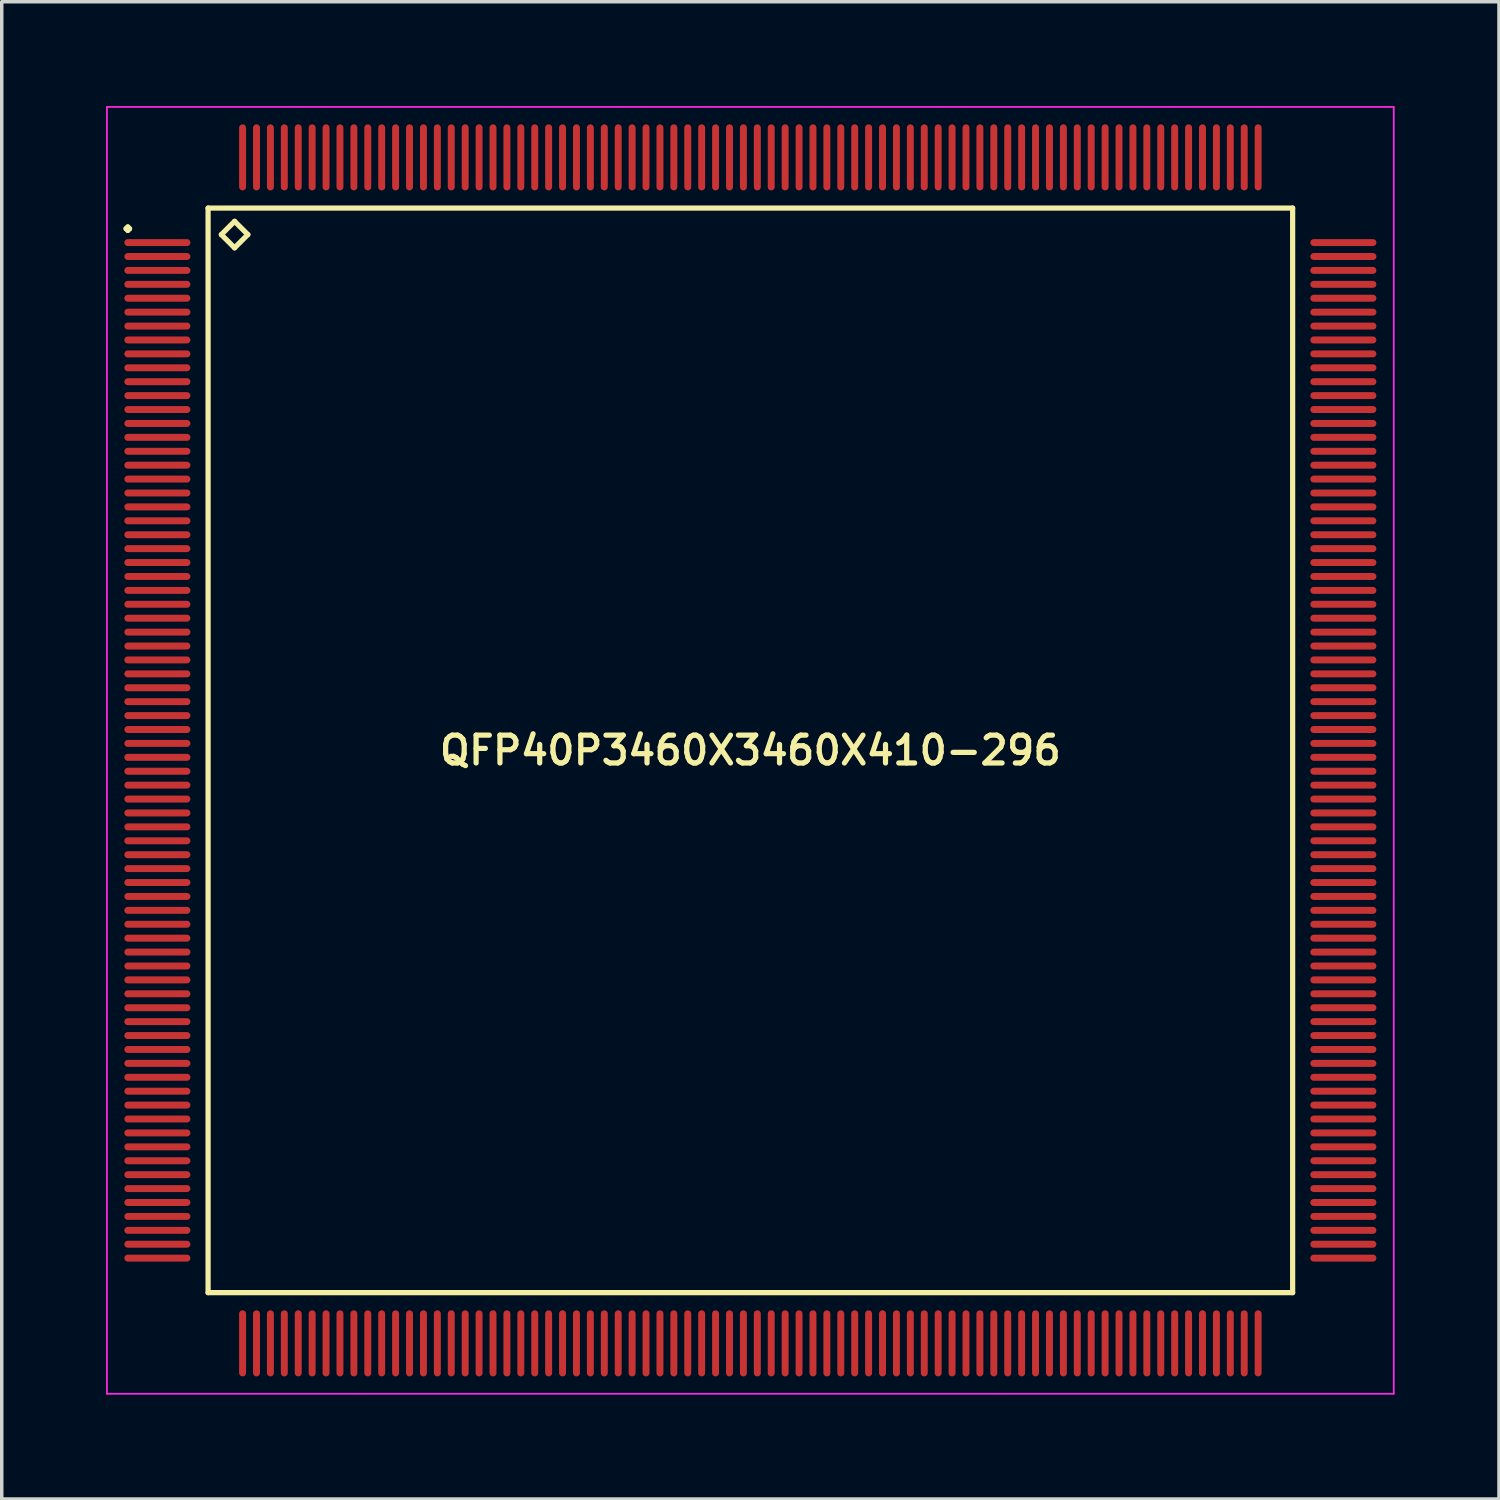
<source format=kicad_pcb>
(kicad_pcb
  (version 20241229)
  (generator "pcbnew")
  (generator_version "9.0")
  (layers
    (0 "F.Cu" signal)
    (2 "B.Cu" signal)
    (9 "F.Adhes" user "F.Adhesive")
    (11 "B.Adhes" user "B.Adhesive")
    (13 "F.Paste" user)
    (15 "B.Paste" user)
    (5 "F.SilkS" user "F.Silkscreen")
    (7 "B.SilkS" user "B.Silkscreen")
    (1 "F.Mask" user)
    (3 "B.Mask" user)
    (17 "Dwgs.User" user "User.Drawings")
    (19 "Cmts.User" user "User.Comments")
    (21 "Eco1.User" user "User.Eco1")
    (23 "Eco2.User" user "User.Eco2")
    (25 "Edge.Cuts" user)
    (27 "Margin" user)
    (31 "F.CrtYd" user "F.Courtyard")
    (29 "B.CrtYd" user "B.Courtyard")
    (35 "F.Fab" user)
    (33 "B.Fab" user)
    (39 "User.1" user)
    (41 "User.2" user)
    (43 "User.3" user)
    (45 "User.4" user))
  (footprint "QFP40P3460X3460X410-296"
    (layer "F.Cu")
    (at 18.525 18.525)
    (property "Reference" "QFP40P3460X3460X410-296" (at 0 0 0) (layer "F.SilkS") (effects (font (size 0.8 0.8) (thickness 0.15))))
    (attr smd)
    (fp_line (start -17.95 -15) (end -17.9 -15.05) (stroke (width 0.15) (type solid)) (layer "F.SilkS"))
    (fp_line (start -17.9 -15.05) (end -17.85 -15) (stroke (width 0.15) (type solid)) (layer "F.SilkS"))
    (fp_line (start -17.9 -14.95) (end -17.95 -15) (stroke (width 0.15) (type solid)) (layer "F.SilkS"))
    (fp_line (start -17.85 -15) (end -17.9 -14.95) (stroke (width 0.15) (type solid)) (layer "F.SilkS"))
    (fp_line (start -15.592 -15.592) (end -15.592 15.592) (stroke (width 0.15) (type solid)) (layer "F.SilkS"))
    (fp_line (start -15.592 15.592) (end 15.592 15.592) (stroke (width 0.15) (type solid)) (layer "F.SilkS"))
    (fp_line (start -15.211 -14.83) (end -14.83 -15.211) (stroke (width 0.15) (type solid)) (layer "F.SilkS"))
    (fp_line (start -14.83 -15.211) (end -14.449 -14.83) (stroke (width 0.15) (type solid)) (layer "F.SilkS"))
    (fp_line (start -14.83 -14.449) (end -15.211 -14.83) (stroke (width 0.15) (type solid)) (layer "F.SilkS"))
    (fp_line (start -14.449 -14.83) (end -14.83 -14.449) (stroke (width 0.15) (type solid)) (layer "F.SilkS"))
    (fp_line (start 15.592 -15.592) (end -15.592 -15.592) (stroke (width 0.15) (type solid)) (layer "F.SilkS"))
    (fp_line (start 15.592 15.592) (end 15.592 -15.592) (stroke (width 0.15) (type solid)) (layer "F.SilkS"))
    (fp_line (start -18.5 -18.5) (end 18.5 -18.5) (stroke (width 0.05) (type solid)) (layer "F.CrtYd"))
    (fp_line (start -18.5 18.5) (end -18.5 -18.5) (stroke (width 0.05) (type solid)) (layer "F.CrtYd"))
    (fp_line (start 18.5 -18.5) (end 18.5 18.5) (stroke (width 0.05) (type solid)) (layer "F.CrtYd"))
    (fp_line (start 18.5 18.5) (end -18.5 18.5) (stroke (width 0.05) (type solid)) (layer "F.CrtYd"))
    (pad "1" smd oval (at -17.05 -14.6) (size 1.9 0.2) (layers "F.Cu" "F.Mask" "F.Paste"))
    (pad "2" smd oval (at -17.05 -14.2) (size 1.9 0.2) (layers "F.Cu" "F.Mask" "F.Paste"))
    (pad "3" smd oval (at -17.05 -13.8) (size 1.9 0.2) (layers "F.Cu" "F.Mask" "F.Paste"))
    (pad "4" smd oval (at -17.05 -13.4) (size 1.9 0.2) (layers "F.Cu" "F.Mask" "F.Paste"))
    (pad "5" smd oval (at -17.05 -13) (size 1.9 0.2) (layers "F.Cu" "F.Mask" "F.Paste"))
    (pad "6" smd oval (at -17.05 -12.6) (size 1.9 0.2) (layers "F.Cu" "F.Mask" "F.Paste"))
    (pad "7" smd oval (at -17.05 -12.2) (size 1.9 0.2) (layers "F.Cu" "F.Mask" "F.Paste"))
    (pad "8" smd oval (at -17.05 -11.8) (size 1.9 0.2) (layers "F.Cu" "F.Mask" "F.Paste"))
    (pad "9" smd oval (at -17.05 -11.4) (size 1.9 0.2) (layers "F.Cu" "F.Mask" "F.Paste"))
    (pad "10" smd oval (at -17.05 -11) (size 1.9 0.2) (layers "F.Cu" "F.Mask" "F.Paste"))
    (pad "11" smd oval (at -17.05 -10.6) (size 1.9 0.2) (layers "F.Cu" "F.Mask" "F.Paste"))
    (pad "12" smd oval (at -17.05 -10.2) (size 1.9 0.2) (layers "F.Cu" "F.Mask" "F.Paste"))
    (pad "13" smd oval (at -17.05 -9.8) (size 1.9 0.2) (layers "F.Cu" "F.Mask" "F.Paste"))
    (pad "14" smd oval (at -17.05 -9.4) (size 1.9 0.2) (layers "F.Cu" "F.Mask" "F.Paste"))
    (pad "15" smd oval (at -17.05 -9) (size 1.9 0.2) (layers "F.Cu" "F.Mask" "F.Paste"))
    (pad "16" smd oval (at -17.05 -8.6) (size 1.9 0.2) (layers "F.Cu" "F.Mask" "F.Paste"))
    (pad "17" smd oval (at -17.05 -8.2) (size 1.9 0.2) (layers "F.Cu" "F.Mask" "F.Paste"))
    (pad "18" smd oval (at -17.05 -7.8) (size 1.9 0.2) (layers "F.Cu" "F.Mask" "F.Paste"))
    (pad "19" smd oval (at -17.05 -7.4) (size 1.9 0.2) (layers "F.Cu" "F.Mask" "F.Paste"))
    (pad "20" smd oval (at -17.05 -7) (size 1.9 0.2) (layers "F.Cu" "F.Mask" "F.Paste"))
    (pad "21" smd oval (at -17.05 -6.6) (size 1.9 0.2) (layers "F.Cu" "F.Mask" "F.Paste"))
    (pad "22" smd oval (at -17.05 -6.2) (size 1.9 0.2) (layers "F.Cu" "F.Mask" "F.Paste"))
    (pad "23" smd oval (at -17.05 -5.8) (size 1.9 0.2) (layers "F.Cu" "F.Mask" "F.Paste"))
    (pad "24" smd oval (at -17.05 -5.4) (size 1.9 0.2) (layers "F.Cu" "F.Mask" "F.Paste"))
    (pad "25" smd oval (at -17.05 -5) (size 1.9 0.2) (layers "F.Cu" "F.Mask" "F.Paste"))
    (pad "26" smd oval (at -17.05 -4.6) (size 1.9 0.2) (layers "F.Cu" "F.Mask" "F.Paste"))
    (pad "27" smd oval (at -17.05 -4.2) (size 1.9 0.2) (layers "F.Cu" "F.Mask" "F.Paste"))
    (pad "28" smd oval (at -17.05 -3.8) (size 1.9 0.2) (layers "F.Cu" "F.Mask" "F.Paste"))
    (pad "29" smd oval (at -17.05 -3.4) (size 1.9 0.2) (layers "F.Cu" "F.Mask" "F.Paste"))
    (pad "30" smd oval (at -17.05 -3) (size 1.9 0.2) (layers "F.Cu" "F.Mask" "F.Paste"))
    (pad "31" smd oval (at -17.05 -2.6) (size 1.9 0.2) (layers "F.Cu" "F.Mask" "F.Paste"))
    (pad "32" smd oval (at -17.05 -2.2) (size 1.9 0.2) (layers "F.Cu" "F.Mask" "F.Paste"))
    (pad "33" smd oval (at -17.05 -1.8) (size 1.9 0.2) (layers "F.Cu" "F.Mask" "F.Paste"))
    (pad "34" smd oval (at -17.05 -1.4) (size 1.9 0.2) (layers "F.Cu" "F.Mask" "F.Paste"))
    (pad "35" smd oval (at -17.05 -1) (size 1.9 0.2) (layers "F.Cu" "F.Mask" "F.Paste"))
    (pad "36" smd oval (at -17.05 -0.6) (size 1.9 0.2) (layers "F.Cu" "F.Mask" "F.Paste"))
    (pad "37" smd oval (at -17.05 -0.2) (size 1.9 0.2) (layers "F.Cu" "F.Mask" "F.Paste"))
    (pad "38" smd oval (at -17.05 0.2) (size 1.9 0.2) (layers "F.Cu" "F.Mask" "F.Paste"))
    (pad "39" smd oval (at -17.05 0.6) (size 1.9 0.2) (layers "F.Cu" "F.Mask" "F.Paste"))
    (pad "40" smd oval (at -17.05 1) (size 1.9 0.2) (layers "F.Cu" "F.Mask" "F.Paste"))
    (pad "41" smd oval (at -17.05 1.4) (size 1.9 0.2) (layers "F.Cu" "F.Mask" "F.Paste"))
    (pad "42" smd oval (at -17.05 1.8) (size 1.9 0.2) (layers "F.Cu" "F.Mask" "F.Paste"))
    (pad "43" smd oval (at -17.05 2.2) (size 1.9 0.2) (layers "F.Cu" "F.Mask" "F.Paste"))
    (pad "44" smd oval (at -17.05 2.6) (size 1.9 0.2) (layers "F.Cu" "F.Mask" "F.Paste"))
    (pad "45" smd oval (at -17.05 3) (size 1.9 0.2) (layers "F.Cu" "F.Mask" "F.Paste"))
    (pad "46" smd oval (at -17.05 3.4) (size 1.9 0.2) (layers "F.Cu" "F.Mask" "F.Paste"))
    (pad "47" smd oval (at -17.05 3.8) (size 1.9 0.2) (layers "F.Cu" "F.Mask" "F.Paste"))
    (pad "48" smd oval (at -17.05 4.2) (size 1.9 0.2) (layers "F.Cu" "F.Mask" "F.Paste"))
    (pad "49" smd oval (at -17.05 4.6) (size 1.9 0.2) (layers "F.Cu" "F.Mask" "F.Paste"))
    (pad "50" smd oval (at -17.05 5) (size 1.9 0.2) (layers "F.Cu" "F.Mask" "F.Paste"))
    (pad "51" smd oval (at -17.05 5.4) (size 1.9 0.2) (layers "F.Cu" "F.Mask" "F.Paste"))
    (pad "52" smd oval (at -17.05 5.8) (size 1.9 0.2) (layers "F.Cu" "F.Mask" "F.Paste"))
    (pad "53" smd oval (at -17.05 6.2) (size 1.9 0.2) (layers "F.Cu" "F.Mask" "F.Paste"))
    (pad "54" smd oval (at -17.05 6.6) (size 1.9 0.2) (layers "F.Cu" "F.Mask" "F.Paste"))
    (pad "55" smd oval (at -17.05 7) (size 1.9 0.2) (layers "F.Cu" "F.Mask" "F.Paste"))
    (pad "56" smd oval (at -17.05 7.4) (size 1.9 0.2) (layers "F.Cu" "F.Mask" "F.Paste"))
    (pad "57" smd oval (at -17.05 7.8) (size 1.9 0.2) (layers "F.Cu" "F.Mask" "F.Paste"))
    (pad "58" smd oval (at -17.05 8.2) (size 1.9 0.2) (layers "F.Cu" "F.Mask" "F.Paste"))
    (pad "59" smd oval (at -17.05 8.6) (size 1.9 0.2) (layers "F.Cu" "F.Mask" "F.Paste"))
    (pad "60" smd oval (at -17.05 9) (size 1.9 0.2) (layers "F.Cu" "F.Mask" "F.Paste"))
    (pad "61" smd oval (at -17.05 9.4) (size 1.9 0.2) (layers "F.Cu" "F.Mask" "F.Paste"))
    (pad "62" smd oval (at -17.05 9.8) (size 1.9 0.2) (layers "F.Cu" "F.Mask" "F.Paste"))
    (pad "63" smd oval (at -17.05 10.2) (size 1.9 0.2) (layers "F.Cu" "F.Mask" "F.Paste"))
    (pad "64" smd oval (at -17.05 10.6) (size 1.9 0.2) (layers "F.Cu" "F.Mask" "F.Paste"))
    (pad "65" smd oval (at -17.05 11) (size 1.9 0.2) (layers "F.Cu" "F.Mask" "F.Paste"))
    (pad "66" smd oval (at -17.05 11.4) (size 1.9 0.2) (layers "F.Cu" "F.Mask" "F.Paste"))
    (pad "67" smd oval (at -17.05 11.8) (size 1.9 0.2) (layers "F.Cu" "F.Mask" "F.Paste"))
    (pad "68" smd oval (at -17.05 12.2) (size 1.9 0.2) (layers "F.Cu" "F.Mask" "F.Paste"))
    (pad "69" smd oval (at -17.05 12.6) (size 1.9 0.2) (layers "F.Cu" "F.Mask" "F.Paste"))
    (pad "70" smd oval (at -17.05 13) (size 1.9 0.2) (layers "F.Cu" "F.Mask" "F.Paste"))
    (pad "71" smd oval (at -17.05 13.4) (size 1.9 0.2) (layers "F.Cu" "F.Mask" "F.Paste"))
    (pad "72" smd oval (at -17.05 13.8) (size 1.9 0.2) (layers "F.Cu" "F.Mask" "F.Paste"))
    (pad "73" smd oval (at -17.05 14.2) (size 1.9 0.2) (layers "F.Cu" "F.Mask" "F.Paste"))
    (pad "74" smd oval (at -17.05 14.6) (size 1.9 0.2) (layers "F.Cu" "F.Mask" "F.Paste"))
    (pad "75" smd oval (at -14.6 17.05) (size 0.2 1.9) (layers "F.Cu" "F.Mask" "F.Paste"))
    (pad "76" smd oval (at -14.2 17.05) (size 0.2 1.9) (layers "F.Cu" "F.Mask" "F.Paste"))
    (pad "77" smd oval (at -13.8 17.05) (size 0.2 1.9) (layers "F.Cu" "F.Mask" "F.Paste"))
    (pad "78" smd oval (at -13.4 17.05) (size 0.2 1.9) (layers "F.Cu" "F.Mask" "F.Paste"))
    (pad "79" smd oval (at -13 17.05) (size 0.2 1.9) (layers "F.Cu" "F.Mask" "F.Paste"))
    (pad "80" smd oval (at -12.6 17.05) (size 0.2 1.9) (layers "F.Cu" "F.Mask" "F.Paste"))
    (pad "81" smd oval (at -12.2 17.05) (size 0.2 1.9) (layers "F.Cu" "F.Mask" "F.Paste"))
    (pad "82" smd oval (at -11.8 17.05) (size 0.2 1.9) (layers "F.Cu" "F.Mask" "F.Paste"))
    (pad "83" smd oval (at -11.4 17.05) (size 0.2 1.9) (layers "F.Cu" "F.Mask" "F.Paste"))
    (pad "84" smd oval (at -11 17.05) (size 0.2 1.9) (layers "F.Cu" "F.Mask" "F.Paste"))
    (pad "85" smd oval (at -10.6 17.05) (size 0.2 1.9) (layers "F.Cu" "F.Mask" "F.Paste"))
    (pad "86" smd oval (at -10.2 17.05) (size 0.2 1.9) (layers "F.Cu" "F.Mask" "F.Paste"))
    (pad "87" smd oval (at -9.8 17.05) (size 0.2 1.9) (layers "F.Cu" "F.Mask" "F.Paste"))
    (pad "88" smd oval (at -9.4 17.05) (size 0.2 1.9) (layers "F.Cu" "F.Mask" "F.Paste"))
    (pad "89" smd oval (at -9 17.05) (size 0.2 1.9) (layers "F.Cu" "F.Mask" "F.Paste"))
    (pad "90" smd oval (at -8.6 17.05) (size 0.2 1.9) (layers "F.Cu" "F.Mask" "F.Paste"))
    (pad "91" smd oval (at -8.2 17.05) (size 0.2 1.9) (layers "F.Cu" "F.Mask" "F.Paste"))
    (pad "92" smd oval (at -7.8 17.05) (size 0.2 1.9) (layers "F.Cu" "F.Mask" "F.Paste"))
    (pad "93" smd oval (at -7.4 17.05) (size 0.2 1.9) (layers "F.Cu" "F.Mask" "F.Paste"))
    (pad "94" smd oval (at -7 17.05) (size 0.2 1.9) (layers "F.Cu" "F.Mask" "F.Paste"))
    (pad "95" smd oval (at -6.6 17.05) (size 0.2 1.9) (layers "F.Cu" "F.Mask" "F.Paste"))
    (pad "96" smd oval (at -6.2 17.05) (size 0.2 1.9) (layers "F.Cu" "F.Mask" "F.Paste"))
    (pad "97" smd oval (at -5.8 17.05) (size 0.2 1.9) (layers "F.Cu" "F.Mask" "F.Paste"))
    (pad "98" smd oval (at -5.4 17.05) (size 0.2 1.9) (layers "F.Cu" "F.Mask" "F.Paste"))
    (pad "99" smd oval (at -5 17.05) (size 0.2 1.9) (layers "F.Cu" "F.Mask" "F.Paste"))
    (pad "100" smd oval (at -4.6 17.05) (size 0.2 1.9) (layers "F.Cu" "F.Mask" "F.Paste"))
    (pad "101" smd oval (at -4.2 17.05) (size 0.2 1.9) (layers "F.Cu" "F.Mask" "F.Paste"))
    (pad "102" smd oval (at -3.8 17.05) (size 0.2 1.9) (layers "F.Cu" "F.Mask" "F.Paste"))
    (pad "103" smd oval (at -3.4 17.05) (size 0.2 1.9) (layers "F.Cu" "F.Mask" "F.Paste"))
    (pad "104" smd oval (at -3 17.05) (size 0.2 1.9) (layers "F.Cu" "F.Mask" "F.Paste"))
    (pad "105" smd oval (at -2.6 17.05) (size 0.2 1.9) (layers "F.Cu" "F.Mask" "F.Paste"))
    (pad "106" smd oval (at -2.2 17.05) (size 0.2 1.9) (layers "F.Cu" "F.Mask" "F.Paste"))
    (pad "107" smd oval (at -1.8 17.05) (size 0.2 1.9) (layers "F.Cu" "F.Mask" "F.Paste"))
    (pad "108" smd oval (at -1.4 17.05) (size 0.2 1.9) (layers "F.Cu" "F.Mask" "F.Paste"))
    (pad "109" smd oval (at -1 17.05) (size 0.2 1.9) (layers "F.Cu" "F.Mask" "F.Paste"))
    (pad "110" smd oval (at -0.6 17.05) (size 0.2 1.9) (layers "F.Cu" "F.Mask" "F.Paste"))
    (pad "111" smd oval (at -0.2 17.05) (size 0.2 1.9) (layers "F.Cu" "F.Mask" "F.Paste"))
    (pad "112" smd oval (at 0.2 17.05) (size 0.2 1.9) (layers "F.Cu" "F.Mask" "F.Paste"))
    (pad "113" smd oval (at 0.6 17.05) (size 0.2 1.9) (layers "F.Cu" "F.Mask" "F.Paste"))
    (pad "114" smd oval (at 1 17.05) (size 0.2 1.9) (layers "F.Cu" "F.Mask" "F.Paste"))
    (pad "115" smd oval (at 1.4 17.05) (size 0.2 1.9) (layers "F.Cu" "F.Mask" "F.Paste"))
    (pad "116" smd oval (at 1.8 17.05) (size 0.2 1.9) (layers "F.Cu" "F.Mask" "F.Paste"))
    (pad "117" smd oval (at 2.2 17.05) (size 0.2 1.9) (layers "F.Cu" "F.Mask" "F.Paste"))
    (pad "118" smd oval (at 2.6 17.05) (size 0.2 1.9) (layers "F.Cu" "F.Mask" "F.Paste"))
    (pad "119" smd oval (at 3 17.05) (size 0.2 1.9) (layers "F.Cu" "F.Mask" "F.Paste"))
    (pad "120" smd oval (at 3.4 17.05) (size 0.2 1.9) (layers "F.Cu" "F.Mask" "F.Paste"))
    (pad "121" smd oval (at 3.8 17.05) (size 0.2 1.9) (layers "F.Cu" "F.Mask" "F.Paste"))
    (pad "122" smd oval (at 4.2 17.05) (size 0.2 1.9) (layers "F.Cu" "F.Mask" "F.Paste"))
    (pad "123" smd oval (at 4.6 17.05) (size 0.2 1.9) (layers "F.Cu" "F.Mask" "F.Paste"))
    (pad "124" smd oval (at 5 17.05) (size 0.2 1.9) (layers "F.Cu" "F.Mask" "F.Paste"))
    (pad "125" smd oval (at 5.4 17.05) (size 0.2 1.9) (layers "F.Cu" "F.Mask" "F.Paste"))
    (pad "126" smd oval (at 5.8 17.05) (size 0.2 1.9) (layers "F.Cu" "F.Mask" "F.Paste"))
    (pad "127" smd oval (at 6.2 17.05) (size 0.2 1.9) (layers "F.Cu" "F.Mask" "F.Paste"))
    (pad "128" smd oval (at 6.6 17.05) (size 0.2 1.9) (layers "F.Cu" "F.Mask" "F.Paste"))
    (pad "129" smd oval (at 7 17.05) (size 0.2 1.9) (layers "F.Cu" "F.Mask" "F.Paste"))
    (pad "130" smd oval (at 7.4 17.05) (size 0.2 1.9) (layers "F.Cu" "F.Mask" "F.Paste"))
    (pad "131" smd oval (at 7.8 17.05) (size 0.2 1.9) (layers "F.Cu" "F.Mask" "F.Paste"))
    (pad "132" smd oval (at 8.2 17.05) (size 0.2 1.9) (layers "F.Cu" "F.Mask" "F.Paste"))
    (pad "133" smd oval (at 8.6 17.05) (size 0.2 1.9) (layers "F.Cu" "F.Mask" "F.Paste"))
    (pad "134" smd oval (at 9 17.05) (size 0.2 1.9) (layers "F.Cu" "F.Mask" "F.Paste"))
    (pad "135" smd oval (at 9.4 17.05) (size 0.2 1.9) (layers "F.Cu" "F.Mask" "F.Paste"))
    (pad "136" smd oval (at 9.8 17.05) (size 0.2 1.9) (layers "F.Cu" "F.Mask" "F.Paste"))
    (pad "137" smd oval (at 10.2 17.05) (size 0.2 1.9) (layers "F.Cu" "F.Mask" "F.Paste"))
    (pad "138" smd oval (at 10.6 17.05) (size 0.2 1.9) (layers "F.Cu" "F.Mask" "F.Paste"))
    (pad "139" smd oval (at 11 17.05) (size 0.2 1.9) (layers "F.Cu" "F.Mask" "F.Paste"))
    (pad "140" smd oval (at 11.4 17.05) (size 0.2 1.9) (layers "F.Cu" "F.Mask" "F.Paste"))
    (pad "141" smd oval (at 11.8 17.05) (size 0.2 1.9) (layers "F.Cu" "F.Mask" "F.Paste"))
    (pad "142" smd oval (at 12.2 17.05) (size 0.2 1.9) (layers "F.Cu" "F.Mask" "F.Paste"))
    (pad "143" smd oval (at 12.6 17.05) (size 0.2 1.9) (layers "F.Cu" "F.Mask" "F.Paste"))
    (pad "144" smd oval (at 13 17.05) (size 0.2 1.9) (layers "F.Cu" "F.Mask" "F.Paste"))
    (pad "145" smd oval (at 13.4 17.05) (size 0.2 1.9) (layers "F.Cu" "F.Mask" "F.Paste"))
    (pad "146" smd oval (at 13.8 17.05) (size 0.2 1.9) (layers "F.Cu" "F.Mask" "F.Paste"))
    (pad "147" smd oval (at 14.2 17.05) (size 0.2 1.9) (layers "F.Cu" "F.Mask" "F.Paste"))
    (pad "148" smd oval (at 14.6 17.05) (size 0.2 1.9) (layers "F.Cu" "F.Mask" "F.Paste"))
    (pad "149" smd oval (at 17.05 14.6) (size 1.9 0.2) (layers "F.Cu" "F.Mask" "F.Paste"))
    (pad "150" smd oval (at 17.05 14.2) (size 1.9 0.2) (layers "F.Cu" "F.Mask" "F.Paste"))
    (pad "151" smd oval (at 17.05 13.8) (size 1.9 0.2) (layers "F.Cu" "F.Mask" "F.Paste"))
    (pad "152" smd oval (at 17.05 13.4) (size 1.9 0.2) (layers "F.Cu" "F.Mask" "F.Paste"))
    (pad "153" smd oval (at 17.05 13) (size 1.9 0.2) (layers "F.Cu" "F.Mask" "F.Paste"))
    (pad "154" smd oval (at 17.05 12.6) (size 1.9 0.2) (layers "F.Cu" "F.Mask" "F.Paste"))
    (pad "155" smd oval (at 17.05 12.2) (size 1.9 0.2) (layers "F.Cu" "F.Mask" "F.Paste"))
    (pad "156" smd oval (at 17.05 11.8) (size 1.9 0.2) (layers "F.Cu" "F.Mask" "F.Paste"))
    (pad "157" smd oval (at 17.05 11.4) (size 1.9 0.2) (layers "F.Cu" "F.Mask" "F.Paste"))
    (pad "158" smd oval (at 17.05 11) (size 1.9 0.2) (layers "F.Cu" "F.Mask" "F.Paste"))
    (pad "159" smd oval (at 17.05 10.6) (size 1.9 0.2) (layers "F.Cu" "F.Mask" "F.Paste"))
    (pad "160" smd oval (at 17.05 10.2) (size 1.9 0.2) (layers "F.Cu" "F.Mask" "F.Paste"))
    (pad "161" smd oval (at 17.05 9.8) (size 1.9 0.2) (layers "F.Cu" "F.Mask" "F.Paste"))
    (pad "162" smd oval (at 17.05 9.4) (size 1.9 0.2) (layers "F.Cu" "F.Mask" "F.Paste"))
    (pad "163" smd oval (at 17.05 9) (size 1.9 0.2) (layers "F.Cu" "F.Mask" "F.Paste"))
    (pad "164" smd oval (at 17.05 8.6) (size 1.9 0.2) (layers "F.Cu" "F.Mask" "F.Paste"))
    (pad "165" smd oval (at 17.05 8.2) (size 1.9 0.2) (layers "F.Cu" "F.Mask" "F.Paste"))
    (pad "166" smd oval (at 17.05 7.8) (size 1.9 0.2) (layers "F.Cu" "F.Mask" "F.Paste"))
    (pad "167" smd oval (at 17.05 7.4) (size 1.9 0.2) (layers "F.Cu" "F.Mask" "F.Paste"))
    (pad "168" smd oval (at 17.05 7) (size 1.9 0.2) (layers "F.Cu" "F.Mask" "F.Paste"))
    (pad "169" smd oval (at 17.05 6.6) (size 1.9 0.2) (layers "F.Cu" "F.Mask" "F.Paste"))
    (pad "170" smd oval (at 17.05 6.2) (size 1.9 0.2) (layers "F.Cu" "F.Mask" "F.Paste"))
    (pad "171" smd oval (at 17.05 5.8) (size 1.9 0.2) (layers "F.Cu" "F.Mask" "F.Paste"))
    (pad "172" smd oval (at 17.05 5.4) (size 1.9 0.2) (layers "F.Cu" "F.Mask" "F.Paste"))
    (pad "173" smd oval (at 17.05 5) (size 1.9 0.2) (layers "F.Cu" "F.Mask" "F.Paste"))
    (pad "174" smd oval (at 17.05 4.6) (size 1.9 0.2) (layers "F.Cu" "F.Mask" "F.Paste"))
    (pad "175" smd oval (at 17.05 4.2) (size 1.9 0.2) (layers "F.Cu" "F.Mask" "F.Paste"))
    (pad "176" smd oval (at 17.05 3.8) (size 1.9 0.2) (layers "F.Cu" "F.Mask" "F.Paste"))
    (pad "177" smd oval (at 17.05 3.4) (size 1.9 0.2) (layers "F.Cu" "F.Mask" "F.Paste"))
    (pad "178" smd oval (at 17.05 3) (size 1.9 0.2) (layers "F.Cu" "F.Mask" "F.Paste"))
    (pad "179" smd oval (at 17.05 2.6) (size 1.9 0.2) (layers "F.Cu" "F.Mask" "F.Paste"))
    (pad "180" smd oval (at 17.05 2.2) (size 1.9 0.2) (layers "F.Cu" "F.Mask" "F.Paste"))
    (pad "181" smd oval (at 17.05 1.8) (size 1.9 0.2) (layers "F.Cu" "F.Mask" "F.Paste"))
    (pad "182" smd oval (at 17.05 1.4) (size 1.9 0.2) (layers "F.Cu" "F.Mask" "F.Paste"))
    (pad "183" smd oval (at 17.05 1) (size 1.9 0.2) (layers "F.Cu" "F.Mask" "F.Paste"))
    (pad "184" smd oval (at 17.05 0.6) (size 1.9 0.2) (layers "F.Cu" "F.Mask" "F.Paste"))
    (pad "185" smd oval (at 17.05 0.2) (size 1.9 0.2) (layers "F.Cu" "F.Mask" "F.Paste"))
    (pad "186" smd oval (at 17.05 -0.2) (size 1.9 0.2) (layers "F.Cu" "F.Mask" "F.Paste"))
    (pad "187" smd oval (at 17.05 -0.6) (size 1.9 0.2) (layers "F.Cu" "F.Mask" "F.Paste"))
    (pad "188" smd oval (at 17.05 -1) (size 1.9 0.2) (layers "F.Cu" "F.Mask" "F.Paste"))
    (pad "189" smd oval (at 17.05 -1.4) (size 1.9 0.2) (layers "F.Cu" "F.Mask" "F.Paste"))
    (pad "190" smd oval (at 17.05 -1.8) (size 1.9 0.2) (layers "F.Cu" "F.Mask" "F.Paste"))
    (pad "191" smd oval (at 17.05 -2.2) (size 1.9 0.2) (layers "F.Cu" "F.Mask" "F.Paste"))
    (pad "192" smd oval (at 17.05 -2.6) (size 1.9 0.2) (layers "F.Cu" "F.Mask" "F.Paste"))
    (pad "193" smd oval (at 17.05 -3) (size 1.9 0.2) (layers "F.Cu" "F.Mask" "F.Paste"))
    (pad "194" smd oval (at 17.05 -3.4) (size 1.9 0.2) (layers "F.Cu" "F.Mask" "F.Paste"))
    (pad "195" smd oval (at 17.05 -3.8) (size 1.9 0.2) (layers "F.Cu" "F.Mask" "F.Paste"))
    (pad "196" smd oval (at 17.05 -4.2) (size 1.9 0.2) (layers "F.Cu" "F.Mask" "F.Paste"))
    (pad "197" smd oval (at 17.05 -4.6) (size 1.9 0.2) (layers "F.Cu" "F.Mask" "F.Paste"))
    (pad "198" smd oval (at 17.05 -5) (size 1.9 0.2) (layers "F.Cu" "F.Mask" "F.Paste"))
    (pad "199" smd oval (at 17.05 -5.4) (size 1.9 0.2) (layers "F.Cu" "F.Mask" "F.Paste"))
    (pad "200" smd oval (at 17.05 -5.8) (size 1.9 0.2) (layers "F.Cu" "F.Mask" "F.Paste"))
    (pad "201" smd oval (at 17.05 -6.2) (size 1.9 0.2) (layers "F.Cu" "F.Mask" "F.Paste"))
    (pad "202" smd oval (at 17.05 -6.6) (size 1.9 0.2) (layers "F.Cu" "F.Mask" "F.Paste"))
    (pad "203" smd oval (at 17.05 -7) (size 1.9 0.2) (layers "F.Cu" "F.Mask" "F.Paste"))
    (pad "204" smd oval (at 17.05 -7.4) (size 1.9 0.2) (layers "F.Cu" "F.Mask" "F.Paste"))
    (pad "205" smd oval (at 17.05 -7.8) (size 1.9 0.2) (layers "F.Cu" "F.Mask" "F.Paste"))
    (pad "206" smd oval (at 17.05 -8.2) (size 1.9 0.2) (layers "F.Cu" "F.Mask" "F.Paste"))
    (pad "207" smd oval (at 17.05 -8.6) (size 1.9 0.2) (layers "F.Cu" "F.Mask" "F.Paste"))
    (pad "208" smd oval (at 17.05 -9) (size 1.9 0.2) (layers "F.Cu" "F.Mask" "F.Paste"))
    (pad "209" smd oval (at 17.05 -9.4) (size 1.9 0.2) (layers "F.Cu" "F.Mask" "F.Paste"))
    (pad "210" smd oval (at 17.05 -9.8) (size 1.9 0.2) (layers "F.Cu" "F.Mask" "F.Paste"))
    (pad "211" smd oval (at 17.05 -10.2) (size 1.9 0.2) (layers "F.Cu" "F.Mask" "F.Paste"))
    (pad "212" smd oval (at 17.05 -10.6) (size 1.9 0.2) (layers "F.Cu" "F.Mask" "F.Paste"))
    (pad "213" smd oval (at 17.05 -11) (size 1.9 0.2) (layers "F.Cu" "F.Mask" "F.Paste"))
    (pad "214" smd oval (at 17.05 -11.4) (size 1.9 0.2) (layers "F.Cu" "F.Mask" "F.Paste"))
    (pad "215" smd oval (at 17.05 -11.8) (size 1.9 0.2) (layers "F.Cu" "F.Mask" "F.Paste"))
    (pad "216" smd oval (at 17.05 -12.2) (size 1.9 0.2) (layers "F.Cu" "F.Mask" "F.Paste"))
    (pad "217" smd oval (at 17.05 -12.6) (size 1.9 0.2) (layers "F.Cu" "F.Mask" "F.Paste"))
    (pad "218" smd oval (at 17.05 -13) (size 1.9 0.2) (layers "F.Cu" "F.Mask" "F.Paste"))
    (pad "219" smd oval (at 17.05 -13.4) (size 1.9 0.2) (layers "F.Cu" "F.Mask" "F.Paste"))
    (pad "220" smd oval (at 17.05 -13.8) (size 1.9 0.2) (layers "F.Cu" "F.Mask" "F.Paste"))
    (pad "221" smd oval (at 17.05 -14.2) (size 1.9 0.2) (layers "F.Cu" "F.Mask" "F.Paste"))
    (pad "222" smd oval (at 17.05 -14.6) (size 1.9 0.2) (layers "F.Cu" "F.Mask" "F.Paste"))
    (pad "223" smd oval (at 14.6 -17.05) (size 0.2 1.9) (layers "F.Cu" "F.Mask" "F.Paste"))
    (pad "224" smd oval (at 14.2 -17.05) (size 0.2 1.9) (layers "F.Cu" "F.Mask" "F.Paste"))
    (pad "225" smd oval (at 13.8 -17.05) (size 0.2 1.9) (layers "F.Cu" "F.Mask" "F.Paste"))
    (pad "226" smd oval (at 13.4 -17.05) (size 0.2 1.9) (layers "F.Cu" "F.Mask" "F.Paste"))
    (pad "227" smd oval (at 13 -17.05) (size 0.2 1.9) (layers "F.Cu" "F.Mask" "F.Paste"))
    (pad "228" smd oval (at 12.6 -17.05) (size 0.2 1.9) (layers "F.Cu" "F.Mask" "F.Paste"))
    (pad "229" smd oval (at 12.2 -17.05) (size 0.2 1.9) (layers "F.Cu" "F.Mask" "F.Paste"))
    (pad "230" smd oval (at 11.8 -17.05) (size 0.2 1.9) (layers "F.Cu" "F.Mask" "F.Paste"))
    (pad "231" smd oval (at 11.4 -17.05) (size 0.2 1.9) (layers "F.Cu" "F.Mask" "F.Paste"))
    (pad "232" smd oval (at 11 -17.05) (size 0.2 1.9) (layers "F.Cu" "F.Mask" "F.Paste"))
    (pad "233" smd oval (at 10.6 -17.05) (size 0.2 1.9) (layers "F.Cu" "F.Mask" "F.Paste"))
    (pad "234" smd oval (at 10.2 -17.05) (size 0.2 1.9) (layers "F.Cu" "F.Mask" "F.Paste"))
    (pad "235" smd oval (at 9.8 -17.05) (size 0.2 1.9) (layers "F.Cu" "F.Mask" "F.Paste"))
    (pad "236" smd oval (at 9.4 -17.05) (size 0.2 1.9) (layers "F.Cu" "F.Mask" "F.Paste"))
    (pad "237" smd oval (at 9 -17.05) (size 0.2 1.9) (layers "F.Cu" "F.Mask" "F.Paste"))
    (pad "238" smd oval (at 8.6 -17.05) (size 0.2 1.9) (layers "F.Cu" "F.Mask" "F.Paste"))
    (pad "239" smd oval (at 8.2 -17.05) (size 0.2 1.9) (layers "F.Cu" "F.Mask" "F.Paste"))
    (pad "240" smd oval (at 7.8 -17.05) (size 0.2 1.9) (layers "F.Cu" "F.Mask" "F.Paste"))
    (pad "241" smd oval (at 7.4 -17.05) (size 0.2 1.9) (layers "F.Cu" "F.Mask" "F.Paste"))
    (pad "242" smd oval (at 7 -17.05) (size 0.2 1.9) (layers "F.Cu" "F.Mask" "F.Paste"))
    (pad "243" smd oval (at 6.6 -17.05) (size 0.2 1.9) (layers "F.Cu" "F.Mask" "F.Paste"))
    (pad "244" smd oval (at 6.2 -17.05) (size 0.2 1.9) (layers "F.Cu" "F.Mask" "F.Paste"))
    (pad "245" smd oval (at 5.8 -17.05) (size 0.2 1.9) (layers "F.Cu" "F.Mask" "F.Paste"))
    (pad "246" smd oval (at 5.4 -17.05) (size 0.2 1.9) (layers "F.Cu" "F.Mask" "F.Paste"))
    (pad "247" smd oval (at 5 -17.05) (size 0.2 1.9) (layers "F.Cu" "F.Mask" "F.Paste"))
    (pad "248" smd oval (at 4.6 -17.05) (size 0.2 1.9) (layers "F.Cu" "F.Mask" "F.Paste"))
    (pad "249" smd oval (at 4.2 -17.05) (size 0.2 1.9) (layers "F.Cu" "F.Mask" "F.Paste"))
    (pad "250" smd oval (at 3.8 -17.05) (size 0.2 1.9) (layers "F.Cu" "F.Mask" "F.Paste"))
    (pad "251" smd oval (at 3.4 -17.05) (size 0.2 1.9) (layers "F.Cu" "F.Mask" "F.Paste"))
    (pad "252" smd oval (at 3 -17.05) (size 0.2 1.9) (layers "F.Cu" "F.Mask" "F.Paste"))
    (pad "253" smd oval (at 2.6 -17.05) (size 0.2 1.9) (layers "F.Cu" "F.Mask" "F.Paste"))
    (pad "254" smd oval (at 2.2 -17.05) (size 0.2 1.9) (layers "F.Cu" "F.Mask" "F.Paste"))
    (pad "255" smd oval (at 1.8 -17.05) (size 0.2 1.9) (layers "F.Cu" "F.Mask" "F.Paste"))
    (pad "256" smd oval (at 1.4 -17.05) (size 0.2 1.9) (layers "F.Cu" "F.Mask" "F.Paste"))
    (pad "257" smd oval (at 1 -17.05) (size 0.2 1.9) (layers "F.Cu" "F.Mask" "F.Paste"))
    (pad "258" smd oval (at 0.6 -17.05) (size 0.2 1.9) (layers "F.Cu" "F.Mask" "F.Paste"))
    (pad "259" smd oval (at 0.2 -17.05) (size 0.2 1.9) (layers "F.Cu" "F.Mask" "F.Paste"))
    (pad "260" smd oval (at -0.2 -17.05) (size 0.2 1.9) (layers "F.Cu" "F.Mask" "F.Paste"))
    (pad "261" smd oval (at -0.6 -17.05) (size 0.2 1.9) (layers "F.Cu" "F.Mask" "F.Paste"))
    (pad "262" smd oval (at -1 -17.05) (size 0.2 1.9) (layers "F.Cu" "F.Mask" "F.Paste"))
    (pad "263" smd oval (at -1.4 -17.05) (size 0.2 1.9) (layers "F.Cu" "F.Mask" "F.Paste"))
    (pad "264" smd oval (at -1.8 -17.05) (size 0.2 1.9) (layers "F.Cu" "F.Mask" "F.Paste"))
    (pad "265" smd oval (at -2.2 -17.05) (size 0.2 1.9) (layers "F.Cu" "F.Mask" "F.Paste"))
    (pad "266" smd oval (at -2.6 -17.05) (size 0.2 1.9) (layers "F.Cu" "F.Mask" "F.Paste"))
    (pad "267" smd oval (at -3 -17.05) (size 0.2 1.9) (layers "F.Cu" "F.Mask" "F.Paste"))
    (pad "268" smd oval (at -3.4 -17.05) (size 0.2 1.9) (layers "F.Cu" "F.Mask" "F.Paste"))
    (pad "269" smd oval (at -3.8 -17.05) (size 0.2 1.9) (layers "F.Cu" "F.Mask" "F.Paste"))
    (pad "270" smd oval (at -4.2 -17.05) (size 0.2 1.9) (layers "F.Cu" "F.Mask" "F.Paste"))
    (pad "271" smd oval (at -4.6 -17.05) (size 0.2 1.9) (layers "F.Cu" "F.Mask" "F.Paste"))
    (pad "272" smd oval (at -5 -17.05) (size 0.2 1.9) (layers "F.Cu" "F.Mask" "F.Paste"))
    (pad "273" smd oval (at -5.4 -17.05) (size 0.2 1.9) (layers "F.Cu" "F.Mask" "F.Paste"))
    (pad "274" smd oval (at -5.8 -17.05) (size 0.2 1.9) (layers "F.Cu" "F.Mask" "F.Paste"))
    (pad "275" smd oval (at -6.2 -17.05) (size 0.2 1.9) (layers "F.Cu" "F.Mask" "F.Paste"))
    (pad "276" smd oval (at -6.6 -17.05) (size 0.2 1.9) (layers "F.Cu" "F.Mask" "F.Paste"))
    (pad "277" smd oval (at -7 -17.05) (size 0.2 1.9) (layers "F.Cu" "F.Mask" "F.Paste"))
    (pad "278" smd oval (at -7.4 -17.05) (size 0.2 1.9) (layers "F.Cu" "F.Mask" "F.Paste"))
    (pad "279" smd oval (at -7.8 -17.05) (size 0.2 1.9) (layers "F.Cu" "F.Mask" "F.Paste"))
    (pad "280" smd oval (at -8.2 -17.05) (size 0.2 1.9) (layers "F.Cu" "F.Mask" "F.Paste"))
    (pad "281" smd oval (at -8.6 -17.05) (size 0.2 1.9) (layers "F.Cu" "F.Mask" "F.Paste"))
    (pad "282" smd oval (at -9 -17.05) (size 0.2 1.9) (layers "F.Cu" "F.Mask" "F.Paste"))
    (pad "283" smd oval (at -9.4 -17.05) (size 0.2 1.9) (layers "F.Cu" "F.Mask" "F.Paste"))
    (pad "284" smd oval (at -9.8 -17.05) (size 0.2 1.9) (layers "F.Cu" "F.Mask" "F.Paste"))
    (pad "285" smd oval (at -10.2 -17.05) (size 0.2 1.9) (layers "F.Cu" "F.Mask" "F.Paste"))
    (pad "286" smd oval (at -10.6 -17.05) (size 0.2 1.9) (layers "F.Cu" "F.Mask" "F.Paste"))
    (pad "287" smd oval (at -11 -17.05) (size 0.2 1.9) (layers "F.Cu" "F.Mask" "F.Paste"))
    (pad "288" smd oval (at -11.4 -17.05) (size 0.2 1.9) (layers "F.Cu" "F.Mask" "F.Paste"))
    (pad "289" smd oval (at -11.8 -17.05) (size 0.2 1.9) (layers "F.Cu" "F.Mask" "F.Paste"))
    (pad "290" smd oval (at -12.2 -17.05) (size 0.2 1.9) (layers "F.Cu" "F.Mask" "F.Paste"))
    (pad "291" smd oval (at -12.6 -17.05) (size 0.2 1.9) (layers "F.Cu" "F.Mask" "F.Paste"))
    (pad "292" smd oval (at -13 -17.05) (size 0.2 1.9) (layers "F.Cu" "F.Mask" "F.Paste"))
    (pad "293" smd oval (at -13.4 -17.05) (size 0.2 1.9) (layers "F.Cu" "F.Mask" "F.Paste"))
    (pad "294" smd oval (at -13.8 -17.05) (size 0.2 1.9) (layers "F.Cu" "F.Mask" "F.Paste"))
    (pad "295" smd oval (at -14.2 -17.05) (size 0.2 1.9) (layers "F.Cu" "F.Mask" "F.Paste"))
    (pad "296" smd oval (at -14.6 -17.05) (size 0.2 1.9) (layers "F.Cu" "F.Mask" "F.Paste")))
  (gr_rect
    (start -3 -3)
    (end 40.05 40.05)
    (stroke (width 0.1) (type default))
    (fill no)
    (layer "Edge.Cuts")))
</source>
